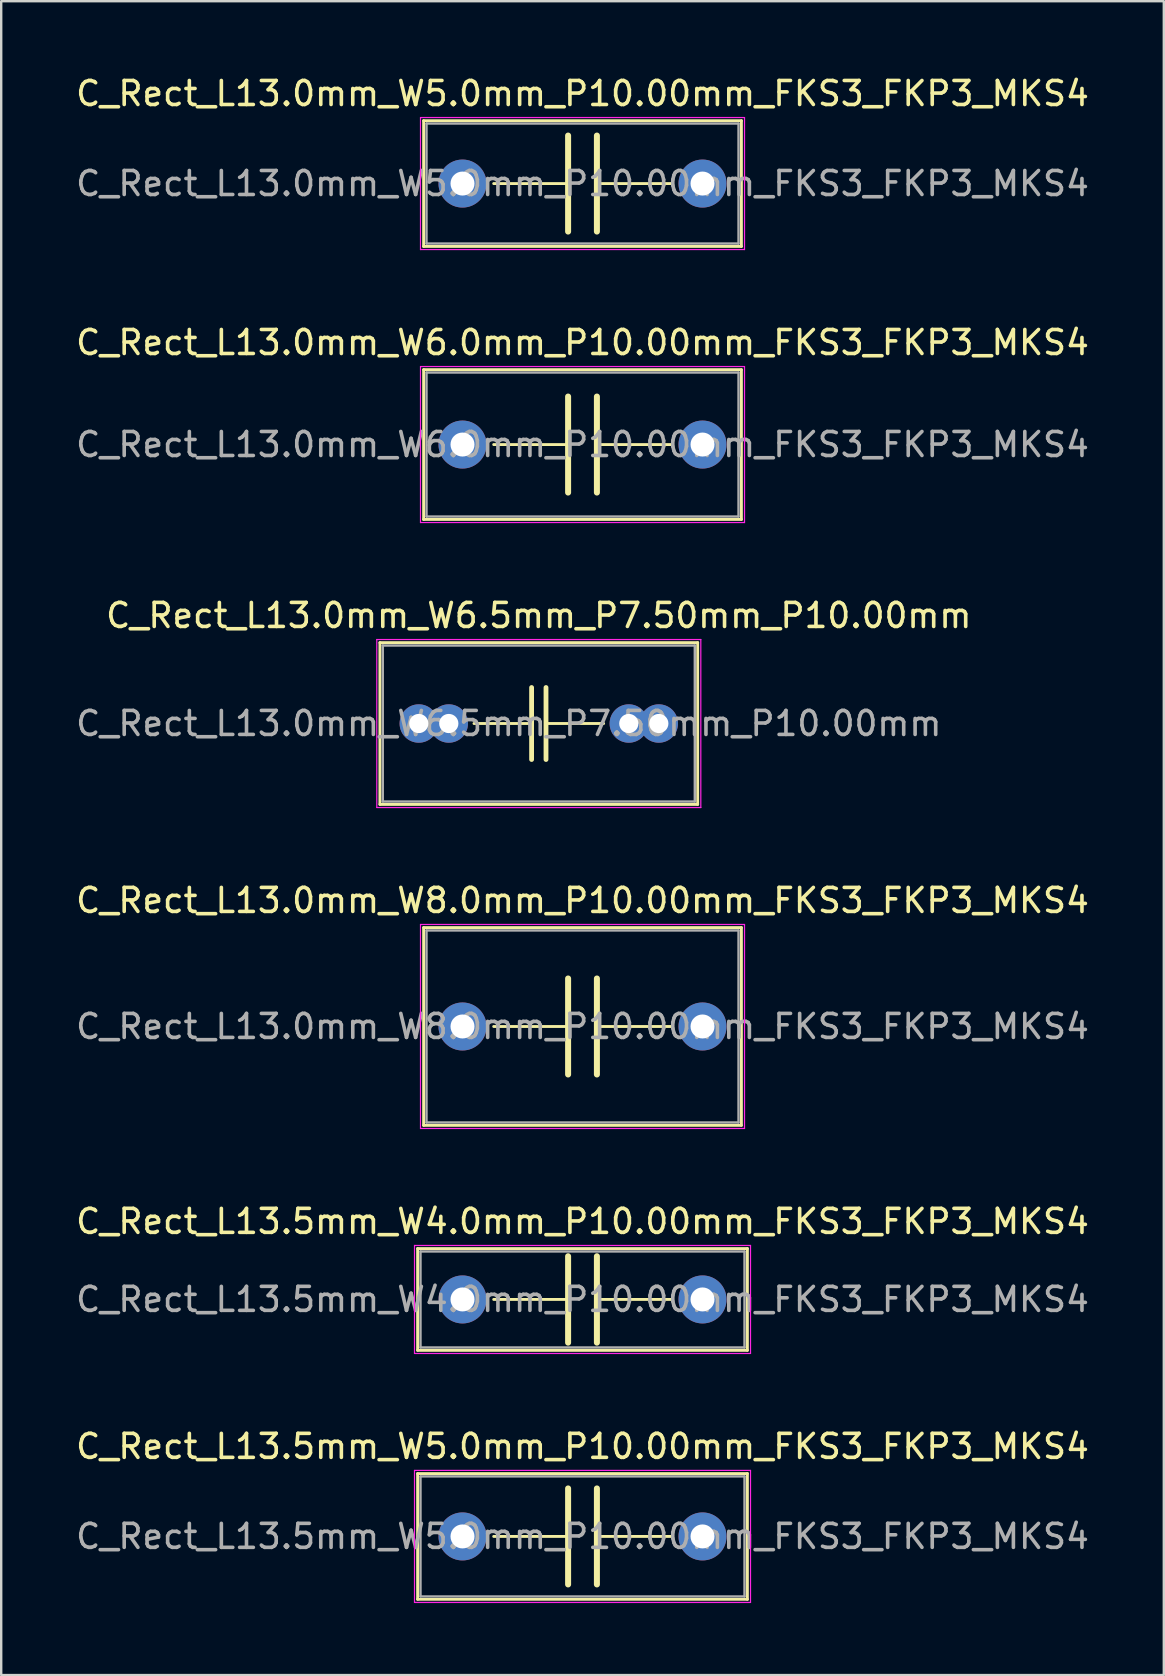
<source format=kicad_pcb>
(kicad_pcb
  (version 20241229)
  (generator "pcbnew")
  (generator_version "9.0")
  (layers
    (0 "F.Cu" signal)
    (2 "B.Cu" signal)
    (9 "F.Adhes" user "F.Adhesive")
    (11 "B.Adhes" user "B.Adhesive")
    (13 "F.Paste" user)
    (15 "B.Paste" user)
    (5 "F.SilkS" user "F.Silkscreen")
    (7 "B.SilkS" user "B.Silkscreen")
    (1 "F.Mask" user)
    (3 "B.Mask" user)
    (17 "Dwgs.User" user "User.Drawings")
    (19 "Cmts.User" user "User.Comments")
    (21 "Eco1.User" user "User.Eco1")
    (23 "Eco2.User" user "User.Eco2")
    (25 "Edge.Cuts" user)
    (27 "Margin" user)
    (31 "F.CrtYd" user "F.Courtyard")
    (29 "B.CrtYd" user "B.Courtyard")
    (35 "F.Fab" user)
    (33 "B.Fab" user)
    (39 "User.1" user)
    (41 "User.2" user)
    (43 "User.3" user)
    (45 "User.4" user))
  (footprint "C_Rect_L13.0mm_W8.0mm_P10.00mm_FKS3_FKP3_MKS4"
    (layer "F.Cu")
    (at 16.22 39.718)
    (property "Reference" "C_Rect_L13.0mm_W8.0mm_P10.00mm_FKS3_FKP3_MKS4" (at 5 -5.25 0) (layer "F.SilkS") (effects (font (size 1 1) (thickness 0.15))))
    (attr through_hole)
    (fp_line (start -1.62 -4.12) (end -1.62 4.12) (stroke (width 0.12) (type solid)) (layer "F.SilkS"))
    (fp_line (start -1.62 -4.12) (end 11.62 -4.12) (stroke (width 0.12) (type solid)) (layer "F.SilkS"))
    (fp_line (start -1.62 4.12) (end 11.62 4.12) (stroke (width 0.12) (type solid)) (layer "F.SilkS"))
    (fp_line (start 1.3 0) (end 4.4 0) (stroke (width 0.12) (type solid)) (layer "F.SilkS"))
    (fp_line (start 4.4 2) (end 4.4 -2) (stroke (width 0.25) (type solid)) (layer "F.SilkS"))
    (fp_line (start 5.6 2) (end 5.6 -2) (stroke (width 0.25) (type solid)) (layer "F.SilkS"))
    (fp_line (start 8.7 0) (end 5.6 0) (stroke (width 0.12) (type solid)) (layer "F.SilkS"))
    (fp_line (start 11.62 -4.12) (end 11.62 4.12) (stroke (width 0.12) (type solid)) (layer "F.SilkS"))
    (fp_line (start -1.75 -4.25) (end -1.75 4.25) (stroke (width 0.05) (type solid)) (layer "F.CrtYd"))
    (fp_line (start -1.75 4.25) (end 11.75 4.25) (stroke (width 0.05) (type solid)) (layer "F.CrtYd"))
    (fp_line (start 11.75 -4.25) (end -1.75 -4.25) (stroke (width 0.05) (type solid)) (layer "F.CrtYd"))
    (fp_line (start 11.75 4.25) (end 11.75 -4.25) (stroke (width 0.05) (type solid)) (layer "F.CrtYd"))
    (fp_line (start -1.5 -4) (end -1.5 4) (stroke (width 0.1) (type solid)) (layer "F.Fab"))
    (fp_line (start -1.5 4) (end 11.5 4) (stroke (width 0.1) (type solid)) (layer "F.Fab"))
    (fp_line (start 11.5 -4) (end -1.5 -4) (stroke (width 0.1) (type solid)) (layer "F.Fab"))
    (fp_line (start 11.5 4) (end 11.5 -4) (stroke (width 0.1) (type solid)) (layer "F.Fab"))
    (fp_text user "${REFERENCE}" (at 5 0 0) (layer "F.Fab") (effects (font (size 1 1) (thickness 0.15))))
    (pad "1" thru_hole circle (at 0 0) (size 2 2) (drill 1) (layers "*.Cu" "*.Mask"))
    (pad "2" thru_hole circle (at 10 0) (size 2 2) (drill 1) (layers "*.Cu" "*.Mask")))
  (footprint "C_Rect_L13.5mm_W5.0mm_P10.00mm_FKS3_FKP3_MKS4"
    (layer "F.Cu")
    (at 16.22 60.965)
    (property "Reference" "C_Rect_L13.5mm_W5.0mm_P10.00mm_FKS3_FKP3_MKS4" (at 5 -3.75 0) (layer "F.SilkS") (effects (font (size 1 1) (thickness 0.15))))
    (attr through_hole)
    (fp_line (start -1.87 -2.62) (end -1.87 2.62) (stroke (width 0.12) (type solid)) (layer "F.SilkS"))
    (fp_line (start -1.87 -2.62) (end 11.87 -2.62) (stroke (width 0.12) (type solid)) (layer "F.SilkS"))
    (fp_line (start -1.87 2.62) (end 11.87 2.62) (stroke (width 0.12) (type solid)) (layer "F.SilkS"))
    (fp_line (start 1.3 0) (end 4.4 0) (stroke (width 0.12) (type solid)) (layer "F.SilkS"))
    (fp_line (start 4.4 2) (end 4.4 -2) (stroke (width 0.25) (type solid)) (layer "F.SilkS"))
    (fp_line (start 5.6 2) (end 5.6 -2) (stroke (width 0.25) (type solid)) (layer "F.SilkS"))
    (fp_line (start 8.7 0) (end 5.6 0) (stroke (width 0.12) (type solid)) (layer "F.SilkS"))
    (fp_line (start 11.87 -2.62) (end 11.87 2.62) (stroke (width 0.12) (type solid)) (layer "F.SilkS"))
    (fp_line (start -2 -2.75) (end -2 2.75) (stroke (width 0.05) (type solid)) (layer "F.CrtYd"))
    (fp_line (start -2 2.75) (end 12 2.75) (stroke (width 0.05) (type solid)) (layer "F.CrtYd"))
    (fp_line (start 12 -2.75) (end -2 -2.75) (stroke (width 0.05) (type solid)) (layer "F.CrtYd"))
    (fp_line (start 12 2.75) (end 12 -2.75) (stroke (width 0.05) (type solid)) (layer "F.CrtYd"))
    (fp_line (start -1.75 -2.5) (end -1.75 2.5) (stroke (width 0.1) (type solid)) (layer "F.Fab"))
    (fp_line (start -1.75 2.5) (end 11.75 2.5) (stroke (width 0.1) (type solid)) (layer "F.Fab"))
    (fp_line (start 11.75 -2.5) (end -1.75 -2.5) (stroke (width 0.1) (type solid)) (layer "F.Fab"))
    (fp_line (start 11.75 2.5) (end 11.75 -2.5) (stroke (width 0.1) (type solid)) (layer "F.Fab"))
    (fp_text user "${REFERENCE}" (at 5 0 0) (layer "F.Fab") (effects (font (size 1 1) (thickness 0.15))))
    (pad "1" thru_hole circle (at 0 0) (size 2 2) (drill 1) (layers "*.Cu" "*.Mask"))
    (pad "2" thru_hole circle (at 10 0) (size 2 2) (drill 1) (layers "*.Cu" "*.Mask")))
  (footprint "C_Rect_L13.0mm_W5.0mm_P10.00mm_FKS3_FKP3_MKS4"
    (layer "F.Cu")
    (at 16.22 4.598)
    (property "Reference" "C_Rect_L13.0mm_W5.0mm_P10.00mm_FKS3_FKP3_MKS4" (at 5 -3.75 0) (layer "F.SilkS") (effects (font (size 1 1) (thickness 0.15))))
    (attr through_hole)
    (fp_line (start -1.62 -2.62) (end -1.62 2.62) (stroke (width 0.12) (type solid)) (layer "F.SilkS"))
    (fp_line (start -1.62 -2.62) (end 11.62 -2.62) (stroke (width 0.12) (type solid)) (layer "F.SilkS"))
    (fp_line (start -1.62 2.62) (end 11.62 2.62) (stroke (width 0.12) (type solid)) (layer "F.SilkS"))
    (fp_line (start 1.3 0) (end 4.4 0) (stroke (width 0.12) (type solid)) (layer "F.SilkS"))
    (fp_line (start 4.4 2) (end 4.4 -2) (stroke (width 0.25) (type solid)) (layer "F.SilkS"))
    (fp_line (start 5.6 2) (end 5.6 -2) (stroke (width 0.25) (type solid)) (layer "F.SilkS"))
    (fp_line (start 8.7 0) (end 5.6 0) (stroke (width 0.12) (type solid)) (layer "F.SilkS"))
    (fp_line (start 11.62 -2.62) (end 11.62 2.62) (stroke (width 0.12) (type solid)) (layer "F.SilkS"))
    (fp_line (start -1.75 -2.75) (end -1.75 2.75) (stroke (width 0.05) (type solid)) (layer "F.CrtYd"))
    (fp_line (start -1.75 2.75) (end 11.75 2.75) (stroke (width 0.05) (type solid)) (layer "F.CrtYd"))
    (fp_line (start 11.75 -2.75) (end -1.75 -2.75) (stroke (width 0.05) (type solid)) (layer "F.CrtYd"))
    (fp_line (start 11.75 2.75) (end 11.75 -2.75) (stroke (width 0.05) (type solid)) (layer "F.CrtYd"))
    (fp_line (start -1.5 -2.5) (end -1.5 2.5) (stroke (width 0.1) (type solid)) (layer "F.Fab"))
    (fp_line (start -1.5 2.5) (end 11.5 2.5) (stroke (width 0.1) (type solid)) (layer "F.Fab"))
    (fp_line (start 11.5 -2.5) (end -1.5 -2.5) (stroke (width 0.1) (type solid)) (layer "F.Fab"))
    (fp_line (start 11.5 2.5) (end 11.5 -2.5) (stroke (width 0.1) (type solid)) (layer "F.Fab"))
    (fp_text user "${REFERENCE}" (at 5 0 0) (layer "F.Fab") (effects (font (size 1 1) (thickness 0.15))))
    (pad "1" thru_hole circle (at 0 0) (size 2 2) (drill 1) (layers "*.Cu" "*.Mask"))
    (pad "2" thru_hole circle (at 10 0) (size 2 2) (drill 1) (layers "*.Cu" "*.Mask")))
  (footprint "C_Rect_L13.0mm_W6.5mm_P7.50mm_P10.00mm"
    (layer "F.Cu")
    (at 14.399 27.095)
    (property "Reference" "C_Rect_L13.0mm_W6.5mm_P7.50mm_P10.00mm" (at 5 -4.5 0) (layer "F.SilkS") (effects (font (size 1 1) (thickness 0.15))))
    (attr through_hole)
    (fp_line (start -1.62 -3.37) (end -1.62 3.37) (stroke (width 0.12) (type solid)) (layer "F.SilkS"))
    (fp_line (start -1.62 -3.37) (end 11.62 -3.37) (stroke (width 0.12) (type solid)) (layer "F.SilkS"))
    (fp_line (start -1.62 3.37) (end 11.62 3.37) (stroke (width 0.12) (type solid)) (layer "F.SilkS"))
    (fp_line (start 2.3 0) (end 4.7 0) (stroke (width 0.12) (type solid)) (layer "F.SilkS"))
    (fp_line (start 4.7 -1.5) (end 4.7 1.5) (stroke (width 0.2) (type solid)) (layer "F.SilkS"))
    (fp_line (start 5.3 -1.5) (end 5.3 1.5) (stroke (width 0.2) (type solid)) (layer "F.SilkS"))
    (fp_line (start 5.3 0) (end 7.7 0) (stroke (width 0.12) (type solid)) (layer "F.SilkS"))
    (fp_line (start 11.62 -3.37) (end 11.62 3.37) (stroke (width 0.12) (type solid)) (layer "F.SilkS"))
    (fp_line (start -1.75 -3.5) (end -1.75 3.5) (stroke (width 0.05) (type solid)) (layer "F.CrtYd"))
    (fp_line (start -1.75 3.5) (end 11.75 3.5) (stroke (width 0.05) (type solid)) (layer "F.CrtYd"))
    (fp_line (start 11.75 -3.5) (end -1.75 -3.5) (stroke (width 0.05) (type solid)) (layer "F.CrtYd"))
    (fp_line (start 11.75 3.5) (end 11.75 -3.5) (stroke (width 0.05) (type solid)) (layer "F.CrtYd"))
    (fp_line (start -1.5 -3.25) (end -1.5 3.25) (stroke (width 0.1) (type solid)) (layer "F.Fab"))
    (fp_line (start -1.5 3.25) (end 11.5 3.25) (stroke (width 0.1) (type solid)) (layer "F.Fab"))
    (fp_line (start 11.5 -3.25) (end -1.5 -3.25) (stroke (width 0.1) (type solid)) (layer "F.Fab"))
    (fp_line (start 11.5 3.25) (end 11.5 -3.25) (stroke (width 0.1) (type solid)) (layer "F.Fab"))
    (fp_text user "${REFERENCE}" (at 3.75 0 0) (layer "F.Fab") (effects (font (size 1 1) (thickness 0.15))))
    (pad "1" thru_hole circle (at 0 0) (size 1.6 1.6) (drill 0.8) (layers "*.Cu" "*.Mask"))
    (pad "1" thru_hole circle (at 1.25 0) (size 1.6 1.6) (drill 0.8) (layers "*.Cu" "*.Mask"))
    (pad "2" thru_hole circle (at 8.75 0) (size 1.6 1.6) (drill 0.8) (layers "*.Cu" "*.Mask"))
    (pad "2" thru_hole circle (at 10 0) (size 1.6 1.6) (drill 0.8) (layers "*.Cu" "*.Mask")))
  (footprint "C_Rect_L13.0mm_W6.0mm_P10.00mm_FKS3_FKP3_MKS4"
    (layer "F.Cu")
    (at 16.22 15.472)
    (property "Reference" "C_Rect_L13.0mm_W6.0mm_P10.00mm_FKS3_FKP3_MKS4" (at 5 -4.25 0) (layer "F.SilkS") (effects (font (size 1 1) (thickness 0.15))))
    (attr through_hole)
    (fp_line (start -1.62 -3.12) (end -1.62 3.12) (stroke (width 0.12) (type solid)) (layer "F.SilkS"))
    (fp_line (start -1.62 -3.12) (end 11.62 -3.12) (stroke (width 0.12) (type solid)) (layer "F.SilkS"))
    (fp_line (start -1.62 3.12) (end 11.62 3.12) (stroke (width 0.12) (type solid)) (layer "F.SilkS"))
    (fp_line (start 1.3 0) (end 4.4 0) (stroke (width 0.12) (type solid)) (layer "F.SilkS"))
    (fp_line (start 4.4 2) (end 4.4 -2) (stroke (width 0.25) (type solid)) (layer "F.SilkS"))
    (fp_line (start 5.6 2) (end 5.6 -2) (stroke (width 0.25) (type solid)) (layer "F.SilkS"))
    (fp_line (start 8.7 0) (end 5.6 0) (stroke (width 0.12) (type solid)) (layer "F.SilkS"))
    (fp_line (start 11.62 -3.12) (end 11.62 3.12) (stroke (width 0.12) (type solid)) (layer "F.SilkS"))
    (fp_line (start -1.75 -3.25) (end -1.75 3.25) (stroke (width 0.05) (type solid)) (layer "F.CrtYd"))
    (fp_line (start -1.75 3.25) (end 11.75 3.25) (stroke (width 0.05) (type solid)) (layer "F.CrtYd"))
    (fp_line (start 11.75 -3.25) (end -1.75 -3.25) (stroke (width 0.05) (type solid)) (layer "F.CrtYd"))
    (fp_line (start 11.75 3.25) (end 11.75 -3.25) (stroke (width 0.05) (type solid)) (layer "F.CrtYd"))
    (fp_line (start -1.5 -3) (end -1.5 3) (stroke (width 0.1) (type solid)) (layer "F.Fab"))
    (fp_line (start -1.5 3) (end 11.5 3) (stroke (width 0.1) (type solid)) (layer "F.Fab"))
    (fp_line (start 11.5 -3) (end -1.5 -3) (stroke (width 0.1) (type solid)) (layer "F.Fab"))
    (fp_line (start 11.5 3) (end 11.5 -3) (stroke (width 0.1) (type solid)) (layer "F.Fab"))
    (fp_text user "${REFERENCE}" (at 5 0 0) (layer "F.Fab") (effects (font (size 1 1) (thickness 0.15))))
    (pad "1" thru_hole circle (at 0 0) (size 2 2) (drill 1) (layers "*.Cu" "*.Mask"))
    (pad "2" thru_hole circle (at 10 0) (size 2 2) (drill 1) (layers "*.Cu" "*.Mask")))
  (footprint "C_Rect_L13.5mm_W4.0mm_P10.00mm_FKS3_FKP3_MKS4"
    (layer "F.Cu")
    (at 16.22 51.091)
    (property "Reference" "C_Rect_L13.5mm_W4.0mm_P10.00mm_FKS3_FKP3_MKS4" (at 5 -3.25 0) (layer "F.SilkS") (effects (font (size 1 1) (thickness 0.15))))
    (attr through_hole)
    (fp_line (start -1.87 -2.12) (end -1.87 2.12) (stroke (width 0.12) (type solid)) (layer "F.SilkS"))
    (fp_line (start -1.87 -2.12) (end 11.87 -2.12) (stroke (width 0.12) (type solid)) (layer "F.SilkS"))
    (fp_line (start -1.87 2.12) (end 11.87 2.12) (stroke (width 0.12) (type solid)) (layer "F.SilkS"))
    (fp_line (start 1.3 0) (end 4.4 0) (stroke (width 0.12) (type solid)) (layer "F.SilkS"))
    (fp_line (start 4.4 1.8) (end 4.4 -1.8) (stroke (width 0.25) (type solid)) (layer "F.SilkS"))
    (fp_line (start 5.6 1.8) (end 5.6 -1.8) (stroke (width 0.25) (type solid)) (layer "F.SilkS"))
    (fp_line (start 8.7 0) (end 5.6 0) (stroke (width 0.12) (type solid)) (layer "F.SilkS"))
    (fp_line (start 11.87 -2.12) (end 11.87 2.12) (stroke (width 0.12) (type solid)) (layer "F.SilkS"))
    (fp_line (start -2 -2.25) (end -2 2.25) (stroke (width 0.05) (type solid)) (layer "F.CrtYd"))
    (fp_line (start -2 2.25) (end 12 2.25) (stroke (width 0.05) (type solid)) (layer "F.CrtYd"))
    (fp_line (start 12 -2.25) (end -2 -2.25) (stroke (width 0.05) (type solid)) (layer "F.CrtYd"))
    (fp_line (start 12 2.25) (end 12 -2.25) (stroke (width 0.05) (type solid)) (layer "F.CrtYd"))
    (fp_line (start -1.75 -2) (end -1.75 2) (stroke (width 0.1) (type solid)) (layer "F.Fab"))
    (fp_line (start -1.75 2) (end 11.75 2) (stroke (width 0.1) (type solid)) (layer "F.Fab"))
    (fp_line (start 11.75 -2) (end -1.75 -2) (stroke (width 0.1) (type solid)) (layer "F.Fab"))
    (fp_line (start 11.75 2) (end 11.75 -2) (stroke (width 0.1) (type solid)) (layer "F.Fab"))
    (fp_text user "${REFERENCE}" (at 5 0 0) (layer "F.Fab") (effects (font (size 1 1) (thickness 0.15))))
    (pad "1" thru_hole circle (at 0 0) (size 2 2) (drill 1) (layers "*.Cu" "*.Mask"))
    (pad "2" thru_hole circle (at 10 0) (size 2 2) (drill 1) (layers "*.Cu" "*.Mask")))
  (gr_rect
    (start -3 -3)
    (end 45.44 66.74)
    (stroke (width 0.1) (type default))
    (fill no)
    (layer "Edge.Cuts")))
</source>
